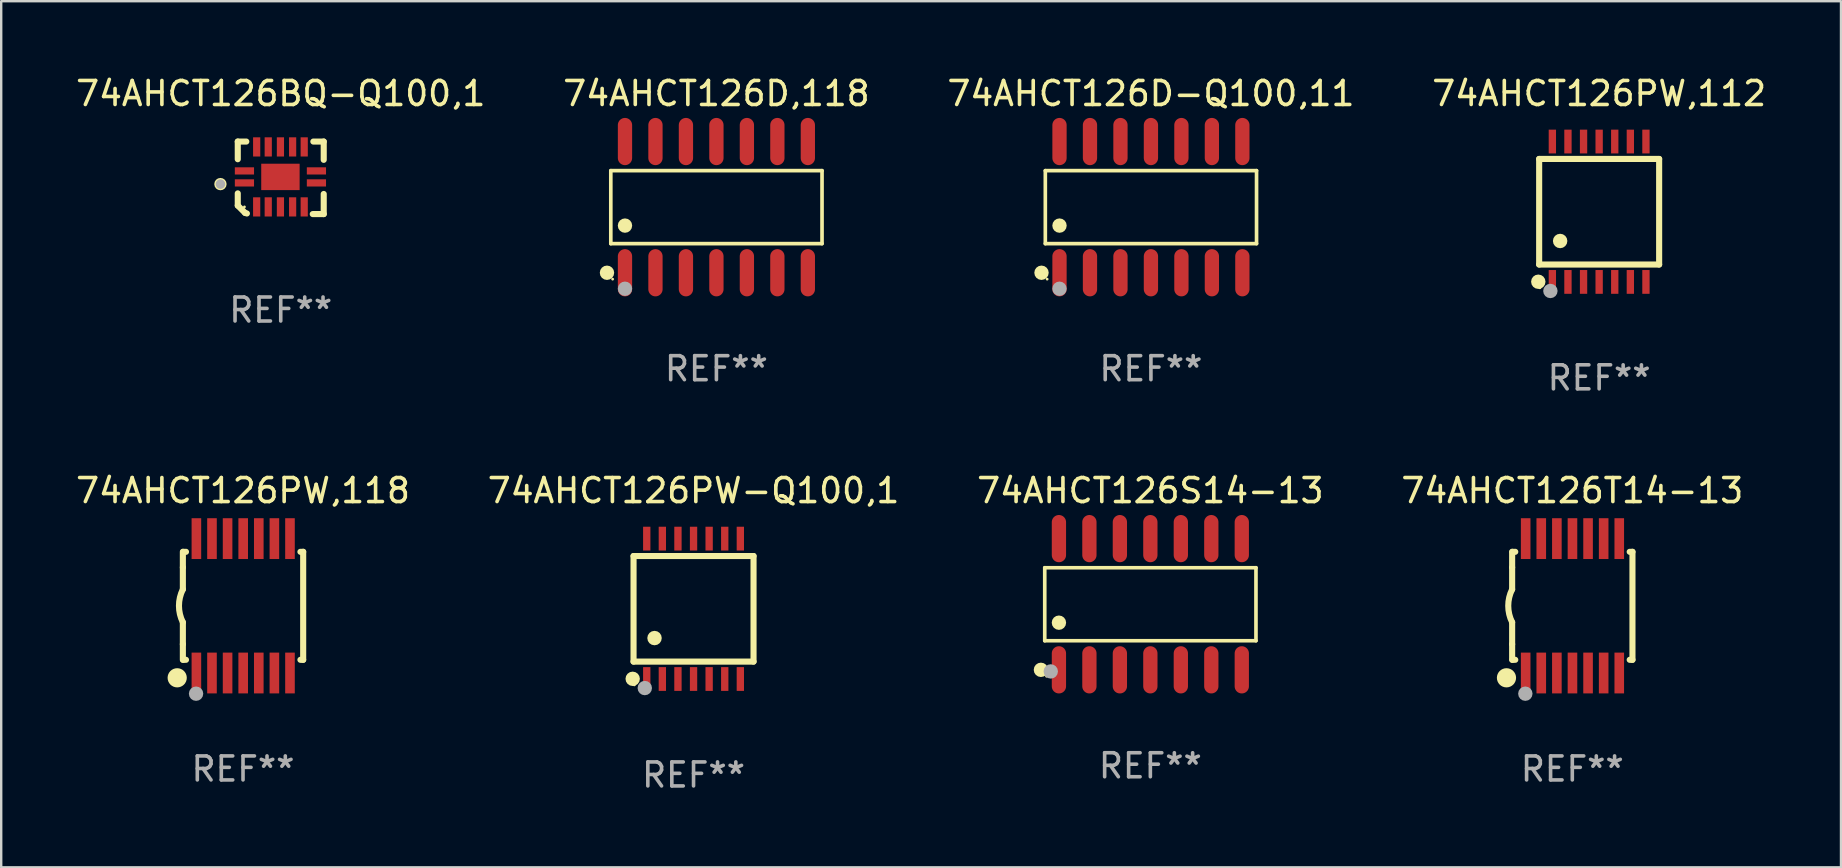
<source format=kicad_pcb>
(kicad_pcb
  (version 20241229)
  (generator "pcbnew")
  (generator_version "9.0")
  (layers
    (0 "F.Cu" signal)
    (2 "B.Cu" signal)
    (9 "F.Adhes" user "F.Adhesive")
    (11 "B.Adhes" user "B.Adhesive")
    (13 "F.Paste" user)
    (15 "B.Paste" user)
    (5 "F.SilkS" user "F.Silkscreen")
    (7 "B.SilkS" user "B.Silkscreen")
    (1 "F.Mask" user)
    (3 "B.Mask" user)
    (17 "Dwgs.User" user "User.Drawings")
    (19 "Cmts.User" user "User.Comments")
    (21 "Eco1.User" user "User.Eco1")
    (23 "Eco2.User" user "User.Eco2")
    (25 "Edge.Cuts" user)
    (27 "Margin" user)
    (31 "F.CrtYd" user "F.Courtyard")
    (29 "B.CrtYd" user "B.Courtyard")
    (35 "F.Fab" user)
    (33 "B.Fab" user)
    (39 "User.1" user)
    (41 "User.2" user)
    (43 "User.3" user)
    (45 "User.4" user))
  (footprint "74AHCT126T14-13"
    (layer "F.Cu")
    (at 62.47 22.195)
    (property "Reference" "74AHCT126T14-13" (at 0 -4.8 0) (layer "F.SilkS") (effects (font (size 1 1) (thickness 0.15))))
    (attr through_hole)
    (fp_line (start -2.507 -1.6) (end -2.507 -2.25) (stroke (width 0.254) (type solid)) (layer "F.SilkS"))
    (fp_line (start -2.507 -0.686) (end -2.507 -1.6) (stroke (width 0.254) (type solid)) (layer "F.SilkS"))
    (fp_line (start -2.507 1.6) (end -2.507 0.686) (stroke (width 0.254) (type solid)) (layer "F.SilkS"))
    (fp_line (start -2.507 1.6) (end -2.507 2.25) (stroke (width 0.254) (type solid)) (layer "F.SilkS"))
    (fp_line (start -2.493 -2.25) (end -2.377 -2.25) (stroke (width 0.254) (type solid)) (layer "F.SilkS"))
    (fp_line (start -2.377 2.25) (end -2.493 2.25) (stroke (width 0.254) (type solid)) (layer "F.SilkS"))
    (fp_line (start 2.392 -2.25) (end 2.507 -2.25) (stroke (width 0.254) (type solid)) (layer "F.SilkS"))
    (fp_line (start 2.507 -2.25) (end 2.507 2.25) (stroke (width 0.254) (type solid)) (layer "F.SilkS"))
    (fp_line (start 2.507 2.25) (end 2.392 2.25) (stroke (width 0.254) (type solid)) (layer "F.SilkS"))
    (fp_arc (start -2.507303 0.685802) (mid -2.669199 0) (end -2.507303 -0.685801) (stroke (width 0.254001) (type solid)) (layer "F.SilkS"))
    (fp_circle (center -2.743 3) (end -2.543 3) (stroke (width 0.4) (type solid)) (fill no) (layer "F.SilkS"))
    (fp_circle (center -2.493 3.2) (end -2.463 3.2) (stroke (width 0.06) (type solid)) (fill no) (layer "F.SilkS"))
    (fp_circle (center -1.957 3.662) (end -1.807 3.662) (stroke (width 0.3) (type solid)) (fill no) (layer "F.Fab"))
    (fp_text user "REF**" (at 0 6.8 0) (layer "F.Fab") (effects (font (size 1 1) (thickness 0.15))))
    (pad "1" smd rect (at -1.943 2.8) (size 0.4 1.7) (layers "F.Cu" "F.Mask" "F.Paste"))
    (pad "2" smd rect (at -1.293 2.8) (size 0.4 1.7) (layers "F.Cu" "F.Mask" "F.Paste"))
    (pad "3" smd rect (at -0.643 2.8) (size 0.4 1.7) (layers "F.Cu" "F.Mask" "F.Paste"))
    (pad "4" smd rect (at 0.007 2.8) (size 0.4 1.7) (layers "F.Cu" "F.Mask" "F.Paste"))
    (pad "5" smd rect (at 0.657 2.8) (size 0.4 1.7) (layers "F.Cu" "F.Mask" "F.Paste"))
    (pad "6" smd rect (at 1.307 2.8) (size 0.4 1.7) (layers "F.Cu" "F.Mask" "F.Paste"))
    (pad "7" smd rect (at 1.957 2.8) (size 0.4 1.7) (layers "F.Cu" "F.Mask" "F.Paste"))
    (pad "8" smd rect (at 1.957 -2.8) (size 0.4 1.7) (layers "F.Cu" "F.Mask" "F.Paste"))
    (pad "9" smd rect (at 1.307 -2.8) (size 0.4 1.7) (layers "F.Cu" "F.Mask" "F.Paste"))
    (pad "10" smd rect (at 0.657 -2.8) (size 0.4 1.7) (layers "F.Cu" "F.Mask" "F.Paste"))
    (pad "11" smd rect (at 0.007 -2.8) (size 0.4 1.7) (layers "F.Cu" "F.Mask" "F.Paste"))
    (pad "12" smd rect (at -0.643 -2.8) (size 0.4 1.7) (layers "F.Cu" "F.Mask" "F.Paste"))
    (pad "13" smd rect (at -1.293 -2.8) (size 0.4 1.7) (layers "F.Cu" "F.Mask" "F.Paste"))
    (pad "14" smd rect (at -1.943 -2.8) (size 0.4 1.7) (layers "F.Cu" "F.Mask" "F.Paste")))
  (footprint "74AHCT126D,118"
    (layer "F.Cu")
    (at 26.804 5.582)
    (property "Reference" "74AHCT126D,118" (at 0 -4.734 0) (layer "F.SilkS") (effects (font (size 1 1) (thickness 0.15))))
    (attr through_hole)
    (fp_line (start -4.401 -1.521) (end 4.401 -1.521) (stroke (width 0.152) (type solid)) (layer "F.SilkS"))
    (fp_line (start -4.401 1.521) (end -4.401 -1.521) (stroke (width 0.152) (type solid)) (layer "F.SilkS"))
    (fp_line (start 4.401 -1.521) (end 4.401 1.521) (stroke (width 0.152) (type solid)) (layer "F.SilkS"))
    (fp_line (start 4.401 1.521) (end -4.401 1.521) (stroke (width 0.152) (type solid)) (layer "F.SilkS"))
    (fp_circle (center -4.56 2.734) (end -4.41 2.734) (stroke (width 0.3) (type solid)) (fill no) (layer "F.SilkS"))
    (fp_circle (center -4.325 3) (end -4.295 3) (stroke (width 0.06) (type solid)) (fill no) (layer "F.SilkS"))
    (fp_circle (center -3.81 0.769) (end -3.66 0.769) (stroke (width 0.3) (type solid)) (fill no) (layer "F.SilkS"))
    (fp_circle (center -3.81 3.4) (end -3.66 3.4) (stroke (width 0.3) (type solid)) (fill no) (layer "F.Fab"))
    (fp_text user "REF**" (at 0 6.734 0) (layer "F.Fab") (effects (font (size 1 1) (thickness 0.15))))
    (pad "1" smd oval (at -3.81 2.734) (size 0.595 1.968) (layers "F.Cu" "F.Mask" "F.Paste"))
    (pad "2" smd oval (at -2.54 2.734) (size 0.595 1.968) (layers "F.Cu" "F.Mask" "F.Paste"))
    (pad "3" smd oval (at -1.27 2.734) (size 0.595 1.968) (layers "F.Cu" "F.Mask" "F.Paste"))
    (pad "4" smd oval (at 0 2.734) (size 0.595 1.968) (layers "F.Cu" "F.Mask" "F.Paste"))
    (pad "5" smd oval (at 1.27 2.734) (size 0.595 1.968) (layers "F.Cu" "F.Mask" "F.Paste"))
    (pad "6" smd oval (at 2.54 2.734) (size 0.595 1.968) (layers "F.Cu" "F.Mask" "F.Paste"))
    (pad "7" smd oval (at 3.81 2.734) (size 0.595 1.968) (layers "F.Cu" "F.Mask" "F.Paste"))
    (pad "8" smd oval (at 3.81 -2.734) (size 0.595 1.968) (layers "F.Cu" "F.Mask" "F.Paste"))
    (pad "9" smd oval (at 2.54 -2.734) (size 0.595 1.968) (layers "F.Cu" "F.Mask" "F.Paste"))
    (pad "10" smd oval (at 1.27 -2.734) (size 0.595 1.968) (layers "F.Cu" "F.Mask" "F.Paste"))
    (pad "11" smd oval (at 0 -2.734) (size 0.595 1.968) (layers "F.Cu" "F.Mask" "F.Paste"))
    (pad "12" smd oval (at -1.27 -2.734) (size 0.595 1.968) (layers "F.Cu" "F.Mask" "F.Paste"))
    (pad "13" smd oval (at -2.54 -2.734) (size 0.595 1.968) (layers "F.Cu" "F.Mask" "F.Paste"))
    (pad "14" smd oval (at -3.81 -2.734) (size 0.595 1.968) (layers "F.Cu" "F.Mask" "F.Paste")))
  (footprint "74AHCT126PW,112"
    (layer "F.Cu")
    (at 63.589 5.773)
    (property "Reference" "74AHCT126PW,112" (at 0 -4.925 0) (layer "F.SilkS") (effects (font (size 1 1) (thickness 0.15))))
    (attr through_hole)
    (fp_line (start -2.5 2.2) (end -2.5 -2.2) (stroke (width 0.254) (type solid)) (layer "F.SilkS"))
    (fp_line (start -2.5 2.2) (end 2.5 2.2) (stroke (width 0.254) (type solid)) (layer "F.SilkS"))
    (fp_line (start 2.5 -2.2) (end -2.5 -2.2) (stroke (width 0.254) (type solid)) (layer "F.SilkS"))
    (fp_line (start 2.5 -2.2) (end 2.5 2.2) (stroke (width 0.254) (type solid)) (layer "F.SilkS"))
    (fp_circle (center -2.536 2.917) (end -2.386 2.917) (stroke (width 0.3) (type solid)) (fill no) (layer "F.SilkS"))
    (fp_circle (center -2.47 3.17) (end -2.44 3.17) (stroke (width 0.06) (type solid)) (fill no) (layer "F.SilkS"))
    (fp_circle (center -1.626 1.219) (end -1.475 1.219) (stroke (width 0.3) (type solid)) (fill no) (layer "F.SilkS"))
    (fp_circle (center -2.032 3.302) (end -1.882 3.302) (stroke (width 0.3) (type solid)) (fill no) (layer "F.Fab"))
    (fp_text user "REF**" (at 0 6.925 0) (layer "F.Fab") (effects (font (size 1 1) (thickness 0.15))))
    (pad "1" smd rect (at -1.95 2.925) (size 0.305 0.991) (layers "F.Cu" "F.Mask" "F.Paste"))
    (pad "2" smd rect (at -1.3 2.925) (size 0.305 0.991) (layers "F.Cu" "F.Mask" "F.Paste"))
    (pad "3" smd rect (at -0.65 2.925) (size 0.305 0.991) (layers "F.Cu" "F.Mask" "F.Paste"))
    (pad "4" smd rect (at 0 2.925) (size 0.305 0.991) (layers "F.Cu" "F.Mask" "F.Paste"))
    (pad "5" smd rect (at 0.65 2.925) (size 0.305 0.991) (layers "F.Cu" "F.Mask" "F.Paste"))
    (pad "6" smd rect (at 1.3 2.925) (size 0.305 0.991) (layers "F.Cu" "F.Mask" "F.Paste"))
    (pad "7" smd rect (at 1.95 2.925) (size 0.305 0.991) (layers "F.Cu" "F.Mask" "F.Paste"))
    (pad "8" smd rect (at 1.95 -2.925) (size 0.305 0.991) (layers "F.Cu" "F.Mask" "F.Paste"))
    (pad "9" smd rect (at 1.3 -2.925) (size 0.305 0.991) (layers "F.Cu" "F.Mask" "F.Paste"))
    (pad "10" smd rect (at 0.65 -2.925) (size 0.305 0.991) (layers "F.Cu" "F.Mask" "F.Paste"))
    (pad "11" smd rect (at 0 -2.925) (size 0.305 0.991) (layers "F.Cu" "F.Mask" "F.Paste"))
    (pad "12" smd rect (at -0.65 -2.925) (size 0.305 0.991) (layers "F.Cu" "F.Mask" "F.Paste"))
    (pad "13" smd rect (at -1.3 -2.925) (size 0.305 0.991) (layers "F.Cu" "F.Mask" "F.Paste"))
    (pad "14" smd rect (at -1.95 -2.925) (size 0.305 0.991) (layers "F.Cu" "F.Mask" "F.Paste")))
  (footprint "74AHCT126BQ-Q100,1"
    (layer "F.Cu")
    (at 8.649 4.36)
    (property "Reference" "74AHCT126BQ-Q100,1" (at 0 -3.511 0) (layer "F.SilkS") (effects (font (size 1 1) (thickness 0.15))))
    (attr through_hole)
    (fp_line (start -1.791 -1.511) (end -1.435 -1.511) (stroke (width 0.254) (type solid)) (layer "F.SilkS"))
    (fp_line (start -1.791 -0.775) (end -1.791 -1.511) (stroke (width 0.254) (type solid)) (layer "F.SilkS"))
    (fp_line (start -1.791 1.156) (end -1.791 0.648) (stroke (width 0.254) (type solid)) (layer "F.SilkS"))
    (fp_line (start -1.486 1.461) (end -1.791 1.156) (stroke (width 0.254) (type solid)) (layer "F.SilkS"))
    (fp_line (start -1.41 1.486) (end -1.486 1.461) (stroke (width 0.254) (type solid)) (layer "F.SilkS"))
    (fp_line (start 1.334 1.511) (end 1.791 1.511) (stroke (width 0.254) (type solid)) (layer "F.SilkS"))
    (fp_line (start 1.791 -1.511) (end 1.359 -1.511) (stroke (width 0.254) (type solid)) (layer "F.SilkS"))
    (fp_line (start 1.791 -0.749) (end 1.791 -1.511) (stroke (width 0.254) (type solid)) (layer "F.SilkS"))
    (fp_line (start 1.791 1.511) (end 1.791 0.673) (stroke (width 0.254) (type solid)) (layer "F.SilkS"))
    (fp_circle (center -2.513 0.262) (end -2.383 0.262) (stroke (width 0.254) (type solid)) (fill no) (layer "F.SilkS"))
    (fp_circle (center -1.513 1.212) (end -1.483 1.212) (stroke (width 0.06) (type solid)) (fill no) (layer "F.SilkS"))
    (fp_circle (center -2.513 0.262) (end -2.413 0.262) (stroke (width 0.2) (type solid)) (fill no) (layer "F.Fab"))
    (fp_text user "REF**" (at 0 5.511 0) (layer "F.Fab") (effects (font (size 1 1) (thickness 0.15))))
    (pad "1" smd rect (at -1.513 0.212) (size 0.8 0.3) (layers "F.Cu" "F.Mask" "F.Paste"))
    (pad "2" smd rect (at -1.003 1.212) (size 0.3 0.8) (layers "F.Cu" "F.Mask" "F.Paste"))
    (pad "3" smd rect (at -0.521 1.212) (size 0.3 0.8) (layers "F.Cu" "F.Mask" "F.Paste"))
    (pad "4" smd rect (at -0.013 1.212) (size 0.3 0.8) (layers "F.Cu" "F.Mask" "F.Paste"))
    (pad "5" smd rect (at 0.495 1.212) (size 0.3 0.8) (layers "F.Cu" "F.Mask" "F.Paste"))
    (pad "6" smd rect (at 0.978 1.212) (size 0.3 0.8) (layers "F.Cu" "F.Mask" "F.Paste"))
    (pad "7" smd rect (at 1.487 0.212) (size 0.8 0.3) (layers "F.Cu" "F.Mask" "F.Paste"))
    (pad "8" smd rect (at 1.487 -0.288) (size 0.8 0.3) (layers "F.Cu" "F.Mask" "F.Paste"))
    (pad "9" smd rect (at 0.978 -1.288) (size 0.3 0.8) (layers "F.Cu" "F.Mask" "F.Paste"))
    (pad "10" smd rect (at 0.495 -1.288) (size 0.3 0.8) (layers "F.Cu" "F.Mask" "F.Paste"))
    (pad "11" smd rect (at -0.013 -1.288) (size 0.3 0.8) (layers "F.Cu" "F.Mask" "F.Paste"))
    (pad "12" smd rect (at -0.521 -1.288) (size 0.3 0.8) (layers "F.Cu" "F.Mask" "F.Paste"))
    (pad "13" smd rect (at -1.003 -1.288) (size 0.3 0.8) (layers "F.Cu" "F.Mask" "F.Paste"))
    (pad "14" smd rect (at -1.513 -0.288) (size 0.8 0.3) (layers "F.Cu" "F.Mask" "F.Paste"))
    (pad "15" smd rect (at -0.013 -0.038 90) (size 1.1 1.6) (layers "F.Cu" "F.Mask" "F.Paste")))
  (footprint "74AHCT126S14-13"
    (layer "F.Cu")
    (at 44.887 22.129)
    (property "Reference" "74AHCT126S14-13" (at 0 -4.734 0) (layer "F.SilkS") (effects (font (size 1 1) (thickness 0.15))))
    (attr through_hole)
    (fp_line (start -4.401 -1.521) (end 4.401 -1.521) (stroke (width 0.152) (type solid)) (layer "F.SilkS"))
    (fp_line (start -4.401 1.521) (end -4.401 -1.521) (stroke (width 0.152) (type solid)) (layer "F.SilkS"))
    (fp_line (start 4.401 -1.521) (end 4.401 1.521) (stroke (width 0.152) (type solid)) (layer "F.SilkS"))
    (fp_line (start 4.401 1.521) (end -4.401 1.521) (stroke (width 0.152) (type solid)) (layer "F.SilkS"))
    (fp_circle (center -4.56 2.734) (end -4.41 2.734) (stroke (width 0.3) (type solid)) (fill no) (layer "F.SilkS"))
    (fp_circle (center -4.325 3) (end -4.295 3) (stroke (width 0.06) (type solid)) (fill no) (layer "F.SilkS"))
    (fp_circle (center -3.81 0.769) (end -3.66 0.769) (stroke (width 0.3) (type solid)) (fill no) (layer "F.SilkS"))
    (fp_circle (center -4.15 2.8) (end -4 2.8) (stroke (width 0.3) (type solid)) (fill no) (layer "F.Fab"))
    (fp_text user "REF**" (at 0 6.734 0) (layer "F.Fab") (effects (font (size 1 1) (thickness 0.15))))
    (pad "1" smd oval (at -3.81 2.734) (size 0.595 1.968) (layers "F.Cu" "F.Mask" "F.Paste"))
    (pad "2" smd oval (at -2.54 2.734) (size 0.595 1.968) (layers "F.Cu" "F.Mask" "F.Paste"))
    (pad "3" smd oval (at -1.27 2.734) (size 0.595 1.968) (layers "F.Cu" "F.Mask" "F.Paste"))
    (pad "4" smd oval (at 0 2.734) (size 0.595 1.968) (layers "F.Cu" "F.Mask" "F.Paste"))
    (pad "5" smd oval (at 1.27 2.734) (size 0.595 1.968) (layers "F.Cu" "F.Mask" "F.Paste"))
    (pad "6" smd oval (at 2.54 2.734) (size 0.595 1.968) (layers "F.Cu" "F.Mask" "F.Paste"))
    (pad "7" smd oval (at 3.81 2.734) (size 0.595 1.968) (layers "F.Cu" "F.Mask" "F.Paste"))
    (pad "8" smd oval (at 3.81 -2.734) (size 0.595 1.968) (layers "F.Cu" "F.Mask" "F.Paste"))
    (pad "9" smd oval (at 2.54 -2.734) (size 0.595 1.968) (layers "F.Cu" "F.Mask" "F.Paste"))
    (pad "10" smd oval (at 1.27 -2.734) (size 0.595 1.968) (layers "F.Cu" "F.Mask" "F.Paste"))
    (pad "11" smd oval (at 0 -2.734) (size 0.595 1.968) (layers "F.Cu" "F.Mask" "F.Paste"))
    (pad "12" smd oval (at -1.27 -2.734) (size 0.595 1.968) (layers "F.Cu" "F.Mask" "F.Paste"))
    (pad "13" smd oval (at -2.54 -2.734) (size 0.595 1.968) (layers "F.Cu" "F.Mask" "F.Paste"))
    (pad "14" smd oval (at -3.81 -2.734) (size 0.595 1.968) (layers "F.Cu" "F.Mask" "F.Paste")))
  (footprint "74AHCT126PW-Q100,1"
    (layer "F.Cu")
    (at 25.851 22.32)
    (property "Reference" "74AHCT126PW-Q100,1" (at 0 -4.925 0) (layer "F.SilkS") (effects (font (size 1 1) (thickness 0.15))))
    (attr through_hole)
    (fp_line (start -2.5 2.2) (end -2.5 -2.2) (stroke (width 0.254) (type solid)) (layer "F.SilkS"))
    (fp_line (start -2.5 2.2) (end 2.5 2.2) (stroke (width 0.254) (type solid)) (layer "F.SilkS"))
    (fp_line (start 2.5 -2.2) (end -2.5 -2.2) (stroke (width 0.254) (type solid)) (layer "F.SilkS"))
    (fp_line (start 2.5 -2.2) (end 2.5 2.2) (stroke (width 0.254) (type solid)) (layer "F.SilkS"))
    (fp_circle (center -2.536 2.917) (end -2.386 2.917) (stroke (width 0.3) (type solid)) (fill no) (layer "F.SilkS"))
    (fp_circle (center -2.47 3.17) (end -2.44 3.17) (stroke (width 0.06) (type solid)) (fill no) (layer "F.SilkS"))
    (fp_circle (center -1.626 1.219) (end -1.475 1.219) (stroke (width 0.3) (type solid)) (fill no) (layer "F.SilkS"))
    (fp_circle (center -2.032 3.302) (end -1.882 3.302) (stroke (width 0.3) (type solid)) (fill no) (layer "F.Fab"))
    (fp_text user "REF**" (at 0 6.925 0) (layer "F.Fab") (effects (font (size 1 1) (thickness 0.15))))
    (pad "1" smd rect (at -1.95 2.925) (size 0.305 0.991) (layers "F.Cu" "F.Mask" "F.Paste"))
    (pad "2" smd rect (at -1.3 2.925) (size 0.305 0.991) (layers "F.Cu" "F.Mask" "F.Paste"))
    (pad "3" smd rect (at -0.65 2.925) (size 0.305 0.991) (layers "F.Cu" "F.Mask" "F.Paste"))
    (pad "4" smd rect (at 0 2.925) (size 0.305 0.991) (layers "F.Cu" "F.Mask" "F.Paste"))
    (pad "5" smd rect (at 0.65 2.925) (size 0.305 0.991) (layers "F.Cu" "F.Mask" "F.Paste"))
    (pad "6" smd rect (at 1.3 2.925) (size 0.305 0.991) (layers "F.Cu" "F.Mask" "F.Paste"))
    (pad "7" smd rect (at 1.95 2.925) (size 0.305 0.991) (layers "F.Cu" "F.Mask" "F.Paste"))
    (pad "8" smd rect (at 1.95 -2.925) (size 0.305 0.991) (layers "F.Cu" "F.Mask" "F.Paste"))
    (pad "9" smd rect (at 1.3 -2.925) (size 0.305 0.991) (layers "F.Cu" "F.Mask" "F.Paste"))
    (pad "10" smd rect (at 0.65 -2.925) (size 0.305 0.991) (layers "F.Cu" "F.Mask" "F.Paste"))
    (pad "11" smd rect (at 0 -2.925) (size 0.305 0.991) (layers "F.Cu" "F.Mask" "F.Paste"))
    (pad "12" smd rect (at -0.65 -2.925) (size 0.305 0.991) (layers "F.Cu" "F.Mask" "F.Paste"))
    (pad "13" smd rect (at -1.3 -2.925) (size 0.305 0.991) (layers "F.Cu" "F.Mask" "F.Paste"))
    (pad "14" smd rect (at -1.95 -2.925) (size 0.305 0.991) (layers "F.Cu" "F.Mask" "F.Paste")))
  (footprint "74AHCT126D-Q100,11"
    (layer "F.Cu")
    (at 44.911 5.582)
    (property "Reference" "74AHCT126D-Q100,11" (at 0 -4.734 0) (layer "F.SilkS") (effects (font (size 1 1) (thickness 0.15))))
    (attr through_hole)
    (fp_line (start -4.401 -1.521) (end 4.401 -1.521) (stroke (width 0.152) (type solid)) (layer "F.SilkS"))
    (fp_line (start -4.401 1.521) (end -4.401 -1.521) (stroke (width 0.152) (type solid)) (layer "F.SilkS"))
    (fp_line (start 4.401 -1.521) (end 4.401 1.521) (stroke (width 0.152) (type solid)) (layer "F.SilkS"))
    (fp_line (start 4.401 1.521) (end -4.401 1.521) (stroke (width 0.152) (type solid)) (layer "F.SilkS"))
    (fp_circle (center -4.56 2.734) (end -4.41 2.734) (stroke (width 0.3) (type solid)) (fill no) (layer "F.SilkS"))
    (fp_circle (center -4.325 3) (end -4.295 3) (stroke (width 0.06) (type solid)) (fill no) (layer "F.SilkS"))
    (fp_circle (center -3.81 0.769) (end -3.66 0.769) (stroke (width 0.3) (type solid)) (fill no) (layer "F.SilkS"))
    (fp_circle (center -3.81 3.4) (end -3.66 3.4) (stroke (width 0.3) (type solid)) (fill no) (layer "F.Fab"))
    (fp_text user "REF**" (at 0 6.734 0) (layer "F.Fab") (effects (font (size 1 1) (thickness 0.15))))
    (pad "1" smd oval (at -3.81 2.734) (size 0.595 1.968) (layers "F.Cu" "F.Mask" "F.Paste"))
    (pad "2" smd oval (at -2.54 2.734) (size 0.595 1.968) (layers "F.Cu" "F.Mask" "F.Paste"))
    (pad "3" smd oval (at -1.27 2.734) (size 0.595 1.968) (layers "F.Cu" "F.Mask" "F.Paste"))
    (pad "4" smd oval (at 0 2.734) (size 0.595 1.968) (layers "F.Cu" "F.Mask" "F.Paste"))
    (pad "5" smd oval (at 1.27 2.734) (size 0.595 1.968) (layers "F.Cu" "F.Mask" "F.Paste"))
    (pad "6" smd oval (at 2.54 2.734) (size 0.595 1.968) (layers "F.Cu" "F.Mask" "F.Paste"))
    (pad "7" smd oval (at 3.81 2.734) (size 0.595 1.968) (layers "F.Cu" "F.Mask" "F.Paste"))
    (pad "8" smd oval (at 3.81 -2.734) (size 0.595 1.968) (layers "F.Cu" "F.Mask" "F.Paste"))
    (pad "9" smd oval (at 2.54 -2.734) (size 0.595 1.968) (layers "F.Cu" "F.Mask" "F.Paste"))
    (pad "10" smd oval (at 1.27 -2.734) (size 0.595 1.968) (layers "F.Cu" "F.Mask" "F.Paste"))
    (pad "11" smd oval (at 0 -2.734) (size 0.595 1.968) (layers "F.Cu" "F.Mask" "F.Paste"))
    (pad "12" smd oval (at -1.27 -2.734) (size 0.595 1.968) (layers "F.Cu" "F.Mask" "F.Paste"))
    (pad "13" smd oval (at -2.54 -2.734) (size 0.595 1.968) (layers "F.Cu" "F.Mask" "F.Paste"))
    (pad "14" smd oval (at -3.81 -2.734) (size 0.595 1.968) (layers "F.Cu" "F.Mask" "F.Paste")))
  (footprint "74AHCT126PW,118"
    (layer "F.Cu")
    (at 7.077 22.195)
    (property "Reference" "74AHCT126PW,118" (at 0 -4.8 0) (layer "F.SilkS") (effects (font (size 1 1) (thickness 0.15))))
    (attr through_hole)
    (fp_line (start -2.507 -1.6) (end -2.507 -2.25) (stroke (width 0.254) (type solid)) (layer "F.SilkS"))
    (fp_line (start -2.507 -0.686) (end -2.507 -1.6) (stroke (width 0.254) (type solid)) (layer "F.SilkS"))
    (fp_line (start -2.507 1.6) (end -2.507 0.686) (stroke (width 0.254) (type solid)) (layer "F.SilkS"))
    (fp_line (start -2.507 1.6) (end -2.507 2.25) (stroke (width 0.254) (type solid)) (layer "F.SilkS"))
    (fp_line (start -2.493 -2.25) (end -2.377 -2.25) (stroke (width 0.254) (type solid)) (layer "F.SilkS"))
    (fp_line (start -2.377 2.25) (end -2.493 2.25) (stroke (width 0.254) (type solid)) (layer "F.SilkS"))
    (fp_line (start 2.392 -2.25) (end 2.507 -2.25) (stroke (width 0.254) (type solid)) (layer "F.SilkS"))
    (fp_line (start 2.507 -2.25) (end 2.507 2.25) (stroke (width 0.254) (type solid)) (layer "F.SilkS"))
    (fp_line (start 2.507 2.25) (end 2.392 2.25) (stroke (width 0.254) (type solid)) (layer "F.SilkS"))
    (fp_arc (start -2.507303 0.685802) (mid -2.669199 0) (end -2.507303 -0.685801) (stroke (width 0.254001) (type solid)) (layer "F.SilkS"))
    (fp_circle (center -2.743 3) (end -2.543 3) (stroke (width 0.4) (type solid)) (fill no) (layer "F.SilkS"))
    (fp_circle (center -2.493 3.2) (end -2.463 3.2) (stroke (width 0.06) (type solid)) (fill no) (layer "F.SilkS"))
    (fp_circle (center -1.957 3.662) (end -1.807 3.662) (stroke (width 0.3) (type solid)) (fill no) (layer "F.Fab"))
    (fp_text user "REF**" (at 0 6.8 0) (layer "F.Fab") (effects (font (size 1 1) (thickness 0.15))))
    (pad "1" smd rect (at -1.943 2.8) (size 0.4 1.7) (layers "F.Cu" "F.Mask" "F.Paste"))
    (pad "2" smd rect (at -1.293 2.8) (size 0.4 1.7) (layers "F.Cu" "F.Mask" "F.Paste"))
    (pad "3" smd rect (at -0.643 2.8) (size 0.4 1.7) (layers "F.Cu" "F.Mask" "F.Paste"))
    (pad "4" smd rect (at 0.007 2.8) (size 0.4 1.7) (layers "F.Cu" "F.Mask" "F.Paste"))
    (pad "5" smd rect (at 0.657 2.8) (size 0.4 1.7) (layers "F.Cu" "F.Mask" "F.Paste"))
    (pad "6" smd rect (at 1.307 2.8) (size 0.4 1.7) (layers "F.Cu" "F.Mask" "F.Paste"))
    (pad "7" smd rect (at 1.957 2.8) (size 0.4 1.7) (layers "F.Cu" "F.Mask" "F.Paste"))
    (pad "8" smd rect (at 1.957 -2.8) (size 0.4 1.7) (layers "F.Cu" "F.Mask" "F.Paste"))
    (pad "9" smd rect (at 1.307 -2.8) (size 0.4 1.7) (layers "F.Cu" "F.Mask" "F.Paste"))
    (pad "10" smd rect (at 0.657 -2.8) (size 0.4 1.7) (layers "F.Cu" "F.Mask" "F.Paste"))
    (pad "11" smd rect (at 0.007 -2.8) (size 0.4 1.7) (layers "F.Cu" "F.Mask" "F.Paste"))
    (pad "12" smd rect (at -0.643 -2.8) (size 0.4 1.7) (layers "F.Cu" "F.Mask" "F.Paste"))
    (pad "13" smd rect (at -1.293 -2.8) (size 0.4 1.7) (layers "F.Cu" "F.Mask" "F.Paste"))
    (pad "14" smd rect (at -1.943 -2.8) (size 0.4 1.7) (layers "F.Cu" "F.Mask" "F.Paste")))
  (gr_rect
    (start -3 -3)
    (end 73.667 33.093)
    (stroke (width 0.1) (type default))
    (fill no)
    (layer "Edge.Cuts")))
</source>
